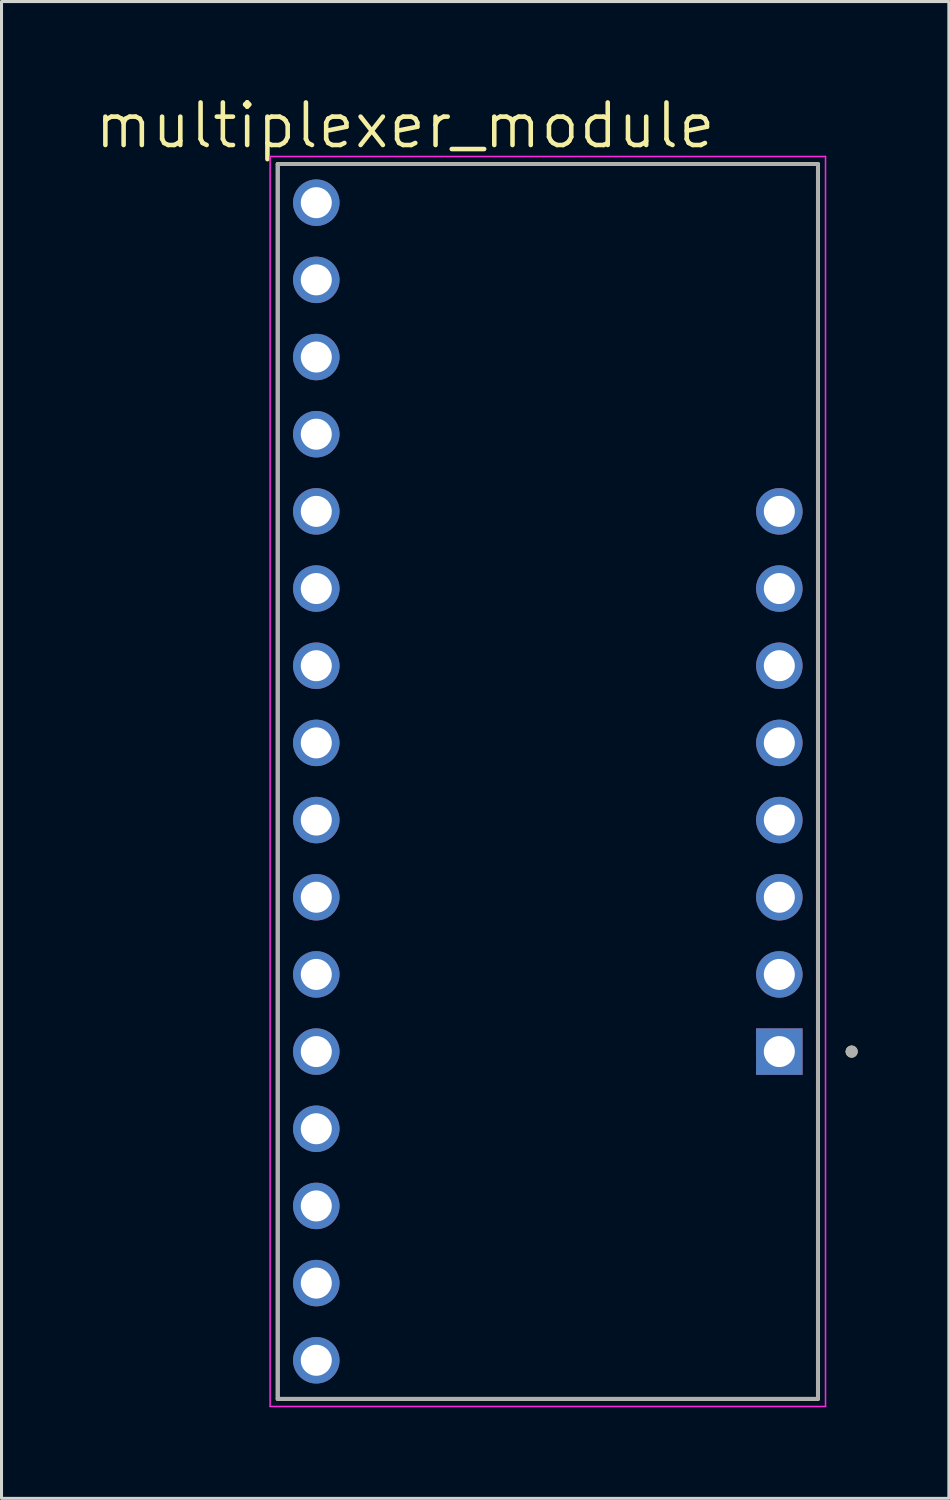
<source format=kicad_pcb>
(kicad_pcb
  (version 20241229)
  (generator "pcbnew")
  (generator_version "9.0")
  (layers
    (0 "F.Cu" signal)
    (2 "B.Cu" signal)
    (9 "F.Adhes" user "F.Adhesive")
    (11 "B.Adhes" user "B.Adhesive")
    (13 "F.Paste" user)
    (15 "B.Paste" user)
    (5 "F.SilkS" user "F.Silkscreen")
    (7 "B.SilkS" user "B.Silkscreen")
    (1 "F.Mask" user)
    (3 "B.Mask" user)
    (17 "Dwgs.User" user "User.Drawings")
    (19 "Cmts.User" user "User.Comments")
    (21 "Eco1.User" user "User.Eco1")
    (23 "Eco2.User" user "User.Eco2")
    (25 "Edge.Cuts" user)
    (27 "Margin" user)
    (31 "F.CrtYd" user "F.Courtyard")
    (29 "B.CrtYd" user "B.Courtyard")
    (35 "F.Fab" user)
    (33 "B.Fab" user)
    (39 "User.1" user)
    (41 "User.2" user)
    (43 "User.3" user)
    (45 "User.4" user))
  (footprint "multiplexer_module"
    (layer "F.Cu")
    (at 14.98 22.671)
    (property "Reference" "multiplexer_module" (at -4.695 -21.589 0) (layer "F.SilkS") (effects (font (size 1.4 1.4) (thickness 0.15))))
    (attr through_hole)
    (fp_line (start -8.89 -20.32) (end -8.89 20.32) (stroke (width 0.127) (type solid)) (layer "F.SilkS"))
    (fp_line (start -8.89 20.32) (end 8.89 20.32) (stroke (width 0.127) (type solid)) (layer "F.SilkS"))
    (fp_line (start 8.89 -20.32) (end -8.89 -20.32) (stroke (width 0.127) (type solid)) (layer "F.SilkS"))
    (fp_line (start 8.89 20.32) (end 8.89 -20.32) (stroke (width 0.127) (type solid)) (layer "F.SilkS"))
    (fp_circle (center 10 8.89) (end 10.1 8.89) (stroke (width 0.2) (type solid)) (fill no) (layer "F.SilkS"))
    (fp_line (start -9.14 -20.57) (end -9.14 20.57) (stroke (width 0.05) (type solid)) (layer "F.CrtYd"))
    (fp_line (start -9.14 20.57) (end 9.14 20.57) (stroke (width 0.05) (type solid)) (layer "F.CrtYd"))
    (fp_line (start 9.14 -20.57) (end -9.14 -20.57) (stroke (width 0.05) (type solid)) (layer "F.CrtYd"))
    (fp_line (start 9.14 20.57) (end 9.14 -20.57) (stroke (width 0.05) (type solid)) (layer "F.CrtYd"))
    (fp_line (start -8.89 -20.32) (end -8.89 20.32) (stroke (width 0.127) (type solid)) (layer "F.Fab"))
    (fp_line (start -8.89 20.32) (end 8.89 20.32) (stroke (width 0.127) (type solid)) (layer "F.Fab"))
    (fp_line (start 8.89 -20.32) (end -8.89 -20.32) (stroke (width 0.127) (type solid)) (layer "F.Fab"))
    (fp_line (start 8.89 20.32) (end 8.89 -20.32) (stroke (width 0.127) (type solid)) (layer "F.Fab"))
    (fp_circle (center 10 8.89) (end 10.1 8.89) (stroke (width 0.2) (type solid)) (fill no) (layer "F.Fab"))
    (pad "1" thru_hole circle (at 7.62 -8.89) (size 1.53 1.53) (drill 1.02) (layers "*.Cu" "*.Mask"))
    (pad "2" thru_hole circle (at -7.62 -1.27) (size 1.53 1.53) (drill 1.02) (layers "*.Cu" "*.Mask"))
    (pad "3" thru_hole circle (at -7.62 -3.81) (size 1.53 1.53) (drill 1.02) (layers "*.Cu" "*.Mask"))
    (pad "4" thru_hole circle (at -7.62 -6.35) (size 1.53 1.53) (drill 1.02) (layers "*.Cu" "*.Mask"))
    (pad "5" thru_hole circle (at -7.62 -8.89) (size 1.53 1.53) (drill 1.02) (layers "*.Cu" "*.Mask"))
    (pad "6" thru_hole circle (at -7.62 -11.43) (size 1.53 1.53) (drill 1.02) (layers "*.Cu" "*.Mask"))
    (pad "7" thru_hole circle (at -7.62 -13.97) (size 1.53 1.53) (drill 1.02) (layers "*.Cu" "*.Mask"))
    (pad "8" thru_hole circle (at -7.62 -16.51) (size 1.53 1.53) (drill 1.02) (layers "*.Cu" "*.Mask"))
    (pad "9" thru_hole circle (at -7.62 -19.05) (size 1.53 1.53) (drill 1.02) (layers "*.Cu" "*.Mask"))
    (pad "10" thru_hole circle (at 7.62 -6.35) (size 1.53 1.53) (drill 1.02) (layers "*.Cu" "*.Mask"))
    (pad "11" thru_hole circle (at 7.62 -3.81) (size 1.53 1.53) (drill 1.02) (layers "*.Cu" "*.Mask"))
    (pad "12" thru_hole rect (at 7.62 8.89) (size 1.53 1.53) (drill 1.02) (layers "*.Cu" "*.Mask"))
    (pad "13" thru_hole circle (at 7.62 1.27) (size 1.53 1.53) (drill 1.02) (layers "*.Cu" "*.Mask"))
    (pad "14" thru_hole circle (at 7.62 -1.27) (size 1.53 1.53) (drill 1.02) (layers "*.Cu" "*.Mask"))
    (pad "15" thru_hole circle (at 7.62 3.81) (size 1.53 1.53) (drill 1.02) (layers "*.Cu" "*.Mask"))
    (pad "16" thru_hole circle (at -7.62 19.05) (size 1.53 1.53) (drill 1.02) (layers "*.Cu" "*.Mask"))
    (pad "17" thru_hole circle (at -7.62 16.51) (size 1.53 1.53) (drill 1.02) (layers "*.Cu" "*.Mask"))
    (pad "18" thru_hole circle (at -7.62 13.97) (size 1.53 1.53) (drill 1.02) (layers "*.Cu" "*.Mask"))
    (pad "19" thru_hole circle (at -7.62 11.43) (size 1.53 1.53) (drill 1.02) (layers "*.Cu" "*.Mask"))
    (pad "20" thru_hole circle (at -7.62 8.89) (size 1.53 1.53) (drill 1.02) (layers "*.Cu" "*.Mask"))
    (pad "21" thru_hole circle (at -7.62 6.35) (size 1.53 1.53) (drill 1.02) (layers "*.Cu" "*.Mask"))
    (pad "22" thru_hole circle (at -7.62 3.81) (size 1.53 1.53) (drill 1.02) (layers "*.Cu" "*.Mask"))
    (pad "23" thru_hole circle (at -7.62 1.27) (size 1.53 1.53) (drill 1.02) (layers "*.Cu" "*.Mask"))
    (pad "24" thru_hole circle (at 7.62 6.35) (size 1.53 1.53) (drill 1.02) (layers "*.Cu" "*.Mask")))
  (gr_rect
    (start -3 -3)
    (end 28.18 46.266)
    (stroke (width 0.1) (type default))
    (fill no)
    (layer "Edge.Cuts")))
</source>
